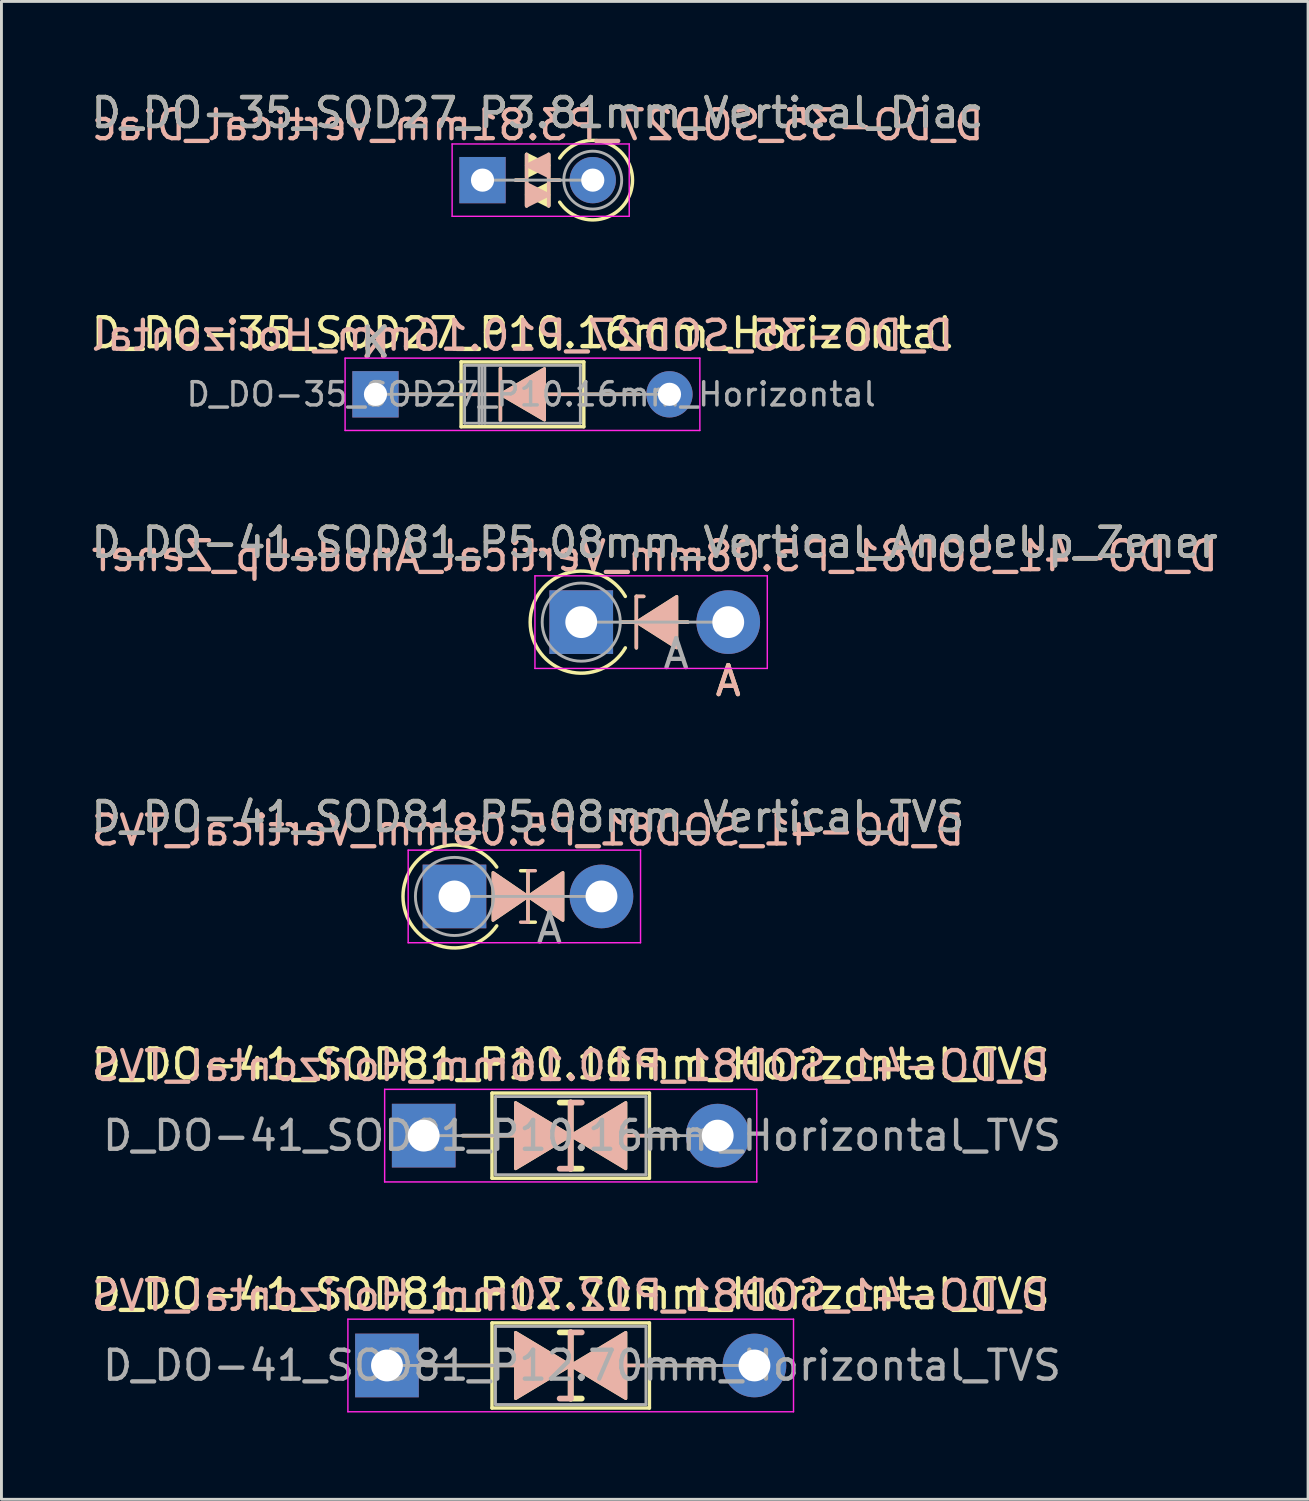
<source format=kicad_pcb>
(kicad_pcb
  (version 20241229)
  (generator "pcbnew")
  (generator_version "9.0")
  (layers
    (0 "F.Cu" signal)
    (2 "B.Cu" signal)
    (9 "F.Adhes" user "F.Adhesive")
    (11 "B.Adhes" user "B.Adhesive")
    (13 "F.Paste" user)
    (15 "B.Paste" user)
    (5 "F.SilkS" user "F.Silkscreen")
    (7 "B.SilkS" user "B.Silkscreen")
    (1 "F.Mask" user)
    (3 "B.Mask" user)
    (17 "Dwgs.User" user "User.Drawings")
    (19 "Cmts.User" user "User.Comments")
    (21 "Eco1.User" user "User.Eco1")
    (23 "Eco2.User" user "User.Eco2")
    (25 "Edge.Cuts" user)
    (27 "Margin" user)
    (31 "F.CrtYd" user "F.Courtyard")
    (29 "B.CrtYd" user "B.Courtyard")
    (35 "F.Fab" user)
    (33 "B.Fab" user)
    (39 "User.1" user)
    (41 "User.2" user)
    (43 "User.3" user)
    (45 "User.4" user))
  (footprint "D_DO-41_SOD81_P5.08mm_Vertical_TVS"
    (layer "F.Cu")
    (at 12.656 27.93)
    (property "Reference" "D_DO-41_SOD81_P5.08mm_Vertical_TVS" (at 2.54 -2.751 0) (layer "F.SilkS") (effects (font (size 1 1) (thickness 0.15))))
    (fp_line (start 2.286 -0.889) (end 2.54 -0.889) (stroke (width 0.12) (type solid)) (layer "F.SilkS"))
    (fp_line (start 2.54 -0.889) (end 2.54 0.889) (stroke (width 0.12) (type solid)) (layer "F.SilkS"))
    (fp_line (start 2.54 0.889) (end 2.794 0.889) (stroke (width 0.12) (type solid)) (layer "F.SilkS"))
    (fp_arc (start 1.4605 1.016) (mid -1.779134 0) (end 1.4605 -1.016) (stroke (width 0.12) (type solid)) (layer "F.SilkS"))
    (fp_poly (pts (xy 1.333 -0.826) (xy 2.54 0) (xy 1.333 0.826)) (stroke (width 0.1) (type solid)) (fill yes) (layer "F.SilkS"))
    (fp_poly (pts (xy 3.747 0.826) (xy 2.54 0) (xy 3.747 -0.826)) (stroke (width 0.1) (type solid)) (fill yes) (layer "F.SilkS"))
    (fp_line (start 2.286 0.889) (end 2.54 0.889) (stroke (width 0.12) (type solid)) (layer "B.SilkS"))
    (fp_line (start 2.54 -0.889) (end 2.794 -0.889) (stroke (width 0.12) (type solid)) (layer "B.SilkS"))
    (fp_line (start 2.54 0.889) (end 2.54 -0.889) (stroke (width 0.12) (type solid)) (layer "B.SilkS"))
    (fp_poly (pts (xy 1.333 0.826) (xy 2.54 0) (xy 1.333 -0.826)) (stroke (width 0.1) (type solid)) (fill yes) (layer "B.SilkS"))
    (fp_poly (pts (xy 3.747 -0.826) (xy 2.54 0) (xy 3.747 0.826)) (stroke (width 0.1) (type solid)) (fill yes) (layer "B.SilkS"))
    (fp_line (start -1.6 -1.6) (end -1.6 1.6) (stroke (width 0.05) (type solid)) (layer "F.CrtYd"))
    (fp_line (start -1.6 1.6) (end 6.43 1.6) (stroke (width 0.05) (type solid)) (layer "F.CrtYd"))
    (fp_line (start 6.43 -1.6) (end -1.6 -1.6) (stroke (width 0.05) (type solid)) (layer "F.CrtYd"))
    (fp_line (start 6.43 1.6) (end 6.43 -1.6) (stroke (width 0.05) (type solid)) (layer "F.CrtYd"))
    (fp_line (start 0 0) (end 5.08 0) (stroke (width 0.1) (type solid)) (layer "F.Fab"))
    (fp_circle (center 0 0) (end 1.35 0) (stroke (width 0.1) (type solid)) (fill no) (layer "F.Fab"))
    (fp_text user "${REFERENCE}" (at 2.54 -2.286 0) (layer "B.SilkS") (effects (font (size 1 1) (thickness 0.15)) (justify mirror)))
    (fp_text user "${REFERENCE}" (at 2.54 -2.751 0) (layer "F.Fab") (effects (font (size 1 1) (thickness 0.15))))
    (fp_text user "A" (at 3.28 1.1 0) (layer "F.Fab") (effects (font (size 1 1) (thickness 0.15))))
    (pad "1" thru_hole rect (at 0 0) (size 2.2 2.2) (drill 1.1) (layers "*.Cu" "*.Mask"))
    (pad "2" thru_hole oval (at 5.08 0) (size 2.2 2.2) (drill 1.1) (layers "*.Cu" "*.Mask")))
  (footprint "D_DO-41_SOD81_P12.70mm_Horizontal_TVS"
    (layer "F.Cu")
    (at 10.323 44.139)
    (property "Reference" "D_DO-41_SOD81_P12.70mm_Horizontal_TVS" (at 6.35 -2.47 0) (layer "F.SilkS") (effects (font (size 1 1) (thickness 0.15))))
    (fp_line (start 1.34 0) (end 3.63 0) (stroke (width 0.12) (type solid)) (layer "F.SilkS"))
    (fp_line (start 3.63 -1.47) (end 3.63 1.47) (stroke (width 0.12) (type solid)) (layer "F.SilkS"))
    (fp_line (start 3.63 0) (end 4.445 0) (stroke (width 0.12) (type solid)) (layer "F.SilkS"))
    (fp_line (start 3.63 1.47) (end 9.07 1.47) (stroke (width 0.12) (type solid)) (layer "F.SilkS"))
    (fp_line (start 6.35 -1.143) (end 5.969 -1.143) (stroke (width 0.2) (type solid)) (layer "F.SilkS"))
    (fp_line (start 6.35 1.143) (end 6.35 -1.143) (stroke (width 0.2) (type solid)) (layer "F.SilkS"))
    (fp_line (start 6.731 1.143) (end 6.35 1.143) (stroke (width 0.2) (type solid)) (layer "F.SilkS"))
    (fp_line (start 8.255 0) (end 9.07 0) (stroke (width 0.12) (type solid)) (layer "F.SilkS"))
    (fp_line (start 9.07 -1.47) (end 3.63 -1.47) (stroke (width 0.12) (type solid)) (layer "F.SilkS"))
    (fp_line (start 9.07 1.47) (end 9.07 -1.47) (stroke (width 0.12) (type solid)) (layer "F.SilkS"))
    (fp_line (start 11.36 0) (end 9.07 0) (stroke (width 0.12) (type solid)) (layer "F.SilkS"))
    (fp_poly (pts (xy 6.35 0) (xy 4.445 1.143) (xy 4.445 -1.143)) (stroke (width 0.1) (type solid)) (fill yes) (layer "F.SilkS"))
    (fp_poly (pts (xy 6.35 0) (xy 8.255 -1.143) (xy 8.255 1.143)) (stroke (width 0.1) (type solid)) (fill yes) (layer "F.SilkS"))
    (fp_line (start 1.34 0) (end 3.63 0) (stroke (width 0.12) (type solid)) (layer "B.SilkS"))
    (fp_line (start 3.63 0) (end 4.445 0) (stroke (width 0.12) (type solid)) (layer "B.SilkS"))
    (fp_line (start 6.35 -1.143) (end 6.35 1.143) (stroke (width 0.2) (type solid)) (layer "B.SilkS"))
    (fp_line (start 6.35 1.143) (end 5.969 1.143) (stroke (width 0.2) (type solid)) (layer "B.SilkS"))
    (fp_line (start 6.731 -1.143) (end 6.35 -1.143) (stroke (width 0.2) (type solid)) (layer "B.SilkS"))
    (fp_line (start 8.255 0) (end 9.07 0) (stroke (width 0.12) (type solid)) (layer "B.SilkS"))
    (fp_line (start 11.36 0) (end 9.07 0) (stroke (width 0.12) (type solid)) (layer "B.SilkS"))
    (fp_poly (pts (xy 6.35 0) (xy 4.445 -1.143) (xy 4.445 1.143)) (stroke (width 0.1) (type solid)) (fill yes) (layer "B.SilkS"))
    (fp_poly (pts (xy 6.35 0) (xy 8.255 1.143) (xy 8.255 -1.143)) (stroke (width 0.1) (type solid)) (fill yes) (layer "B.SilkS"))
    (fp_line (start -1.35 -1.6) (end -1.35 1.6) (stroke (width 0.05) (type solid)) (layer "F.CrtYd"))
    (fp_line (start -1.35 1.6) (end 14.05 1.6) (stroke (width 0.05) (type solid)) (layer "F.CrtYd"))
    (fp_line (start 14.05 -1.6) (end -1.35 -1.6) (stroke (width 0.05) (type solid)) (layer "F.CrtYd"))
    (fp_line (start 14.05 1.6) (end 14.05 -1.6) (stroke (width 0.05) (type solid)) (layer "F.CrtYd"))
    (fp_line (start 0 0) (end 3.75 0) (stroke (width 0.1) (type solid)) (layer "F.Fab"))
    (fp_line (start 3.75 -1.35) (end 3.75 1.35) (stroke (width 0.1) (type solid)) (layer "F.Fab"))
    (fp_line (start 3.75 1.35) (end 8.95 1.35) (stroke (width 0.1) (type solid)) (layer "F.Fab"))
    (fp_line (start 8.95 -1.35) (end 3.75 -1.35) (stroke (width 0.1) (type solid)) (layer "F.Fab"))
    (fp_line (start 8.95 1.35) (end 8.95 -1.35) (stroke (width 0.1) (type solid)) (layer "F.Fab"))
    (fp_line (start 12.7 0) (end 8.95 0) (stroke (width 0.1) (type solid)) (layer "F.Fab"))
    (fp_text user "${REFERENCE}" (at 6.35 -2.413 0) (layer "B.SilkS") (effects (font (size 1 1) (thickness 0.15)) (justify mirror)))
    (fp_text user "${REFERENCE}" (at 6.74 0 0) (layer "F.Fab") (effects (font (size 1 1) (thickness 0.15))))
    (pad "1" thru_hole rect (at 0 0) (size 2.2 2.2) (drill 1.1) (layers "*.Cu" "*.Mask"))
    (pad "2" thru_hole oval (at 12.7 0) (size 2.2 2.2) (drill 1.1) (layers "*.Cu" "*.Mask")))
  (footprint "D_DO-35_SOD27_P3.81mm_Vertical_Diac"
    (layer "F.Cu")
    (at 13.625 3.175)
    (property "Reference" "D_DO-35_SOD27_P3.81mm_Vertical_Diac" (at 1.905 -2.326 0) (layer "F.SilkS") (effects (font (size 1 1) (thickness 0.15))))
    (fp_line (start 1.143 0) (end 1.524 0) (stroke (width 0.12) (type solid)) (layer "F.SilkS"))
    (fp_line (start 1.524 -0.889) (end 1.524 0.889) (stroke (width 0.12) (type solid)) (layer "F.SilkS"))
    (fp_line (start 2.286 -0.889) (end 2.286 0.889) (stroke (width 0.12) (type solid)) (layer "F.SilkS"))
    (fp_line (start 2.667 0) (end 2.286 0) (stroke (width 0.12) (type solid)) (layer "F.SilkS"))
    (fp_arc (start 2.667 -0.761998) (mid 5.183713 0.000001) (end 2.667 0.762) (stroke (width 0.12) (type solid)) (layer "F.SilkS"))
    (fp_poly (pts (xy 2.286 -0.508) (xy 1.524 -0.127) (xy 1.524 -0.889)) (stroke (width 0.12) (type solid)) (fill yes) (layer "F.SilkS"))
    (fp_poly (pts (xy 2.286 0.889) (xy 1.524 0.508) (xy 2.286 0.127)) (stroke (width 0.12) (type solid)) (fill yes) (layer "F.SilkS"))
    (fp_line (start 1.143 0) (end 1.524 0) (stroke (width 0.12) (type solid)) (layer "B.SilkS"))
    (fp_line (start 1.524 0.889) (end 1.524 -0.889) (stroke (width 0.12) (type solid)) (layer "B.SilkS"))
    (fp_line (start 2.286 0.889) (end 2.286 -0.889) (stroke (width 0.12) (type solid)) (layer "B.SilkS"))
    (fp_line (start 2.667 0) (end 2.286 0) (stroke (width 0.12) (type solid)) (layer "B.SilkS"))
    (fp_poly (pts (xy 2.286 -0.889) (xy 1.524 -0.508) (xy 2.286 -0.127)) (stroke (width 0.12) (type solid)) (fill yes) (layer "B.SilkS"))
    (fp_poly (pts (xy 2.286 0.508) (xy 1.524 0.127) (xy 1.524 0.889)) (stroke (width 0.12) (type solid)) (fill yes) (layer "B.SilkS"))
    (fp_line (start -1.05 -1.25) (end -1.05 1.25) (stroke (width 0.05) (type solid)) (layer "F.CrtYd"))
    (fp_line (start -1.05 1.25) (end 5.07 1.25) (stroke (width 0.05) (type solid)) (layer "F.CrtYd"))
    (fp_line (start 5.07 -1.25) (end -1.05 -1.25) (stroke (width 0.05) (type solid)) (layer "F.CrtYd"))
    (fp_line (start 5.07 1.25) (end 5.07 -1.25) (stroke (width 0.05) (type solid)) (layer "F.CrtYd"))
    (fp_line (start 0 0) (end 3.81 0) (stroke (width 0.1) (type solid)) (layer "F.Fab"))
    (fp_circle (center 3.81 0) (end 4.81 0) (stroke (width 0.1) (type solid)) (fill no) (layer "F.Fab"))
    (fp_text user "${REFERENCE}" (at 1.905 -1.905 0) (layer "B.SilkS") (effects (font (size 1 1) (thickness 0.15)) (justify mirror)))
    (fp_text user "${REFERENCE}" (at 1.905 -2.326 0) (layer "F.Fab") (effects (font (size 1 1) (thickness 0.15))))
    (pad "1" thru_hole rect (at 0 0) (size 1.6 1.6) (drill 0.8) (layers "*.Cu" "*.Mask"))
    (pad "2" thru_hole oval (at 3.81 0) (size 1.6 1.6) (drill 0.8) (layers "*.Cu" "*.Mask")))
  (footprint "D_DO-41_SOD81_P10.16mm_Horizontal_TVS"
    (layer "F.Cu")
    (at 11.593 36.196)
    (property "Reference" "D_DO-41_SOD81_P10.16mm_Horizontal_TVS" (at 5.08 -2.47 0) (layer "F.SilkS") (effects (font (size 1 1) (thickness 0.15))))
    (fp_line (start 1.34 0) (end 2.36 0) (stroke (width 0.12) (type solid)) (layer "F.SilkS"))
    (fp_line (start 2.36 -1.47) (end 2.36 1.47) (stroke (width 0.12) (type solid)) (layer "F.SilkS"))
    (fp_line (start 2.36 0) (end 3.175 0) (stroke (width 0.12) (type solid)) (layer "F.SilkS"))
    (fp_line (start 2.36 1.47) (end 7.8 1.47) (stroke (width 0.12) (type solid)) (layer "F.SilkS"))
    (fp_line (start 5.08 -1.143) (end 4.699 -1.143) (stroke (width 0.2) (type solid)) (layer "F.SilkS"))
    (fp_line (start 5.08 1.143) (end 5.08 -1.143) (stroke (width 0.2) (type solid)) (layer "F.SilkS"))
    (fp_line (start 5.461 1.143) (end 5.08 1.143) (stroke (width 0.2) (type solid)) (layer "F.SilkS"))
    (fp_line (start 6.985 0) (end 7.8 0) (stroke (width 0.12) (type solid)) (layer "F.SilkS"))
    (fp_line (start 7.8 -1.47) (end 2.36 -1.47) (stroke (width 0.12) (type solid)) (layer "F.SilkS"))
    (fp_line (start 7.8 1.47) (end 7.8 -1.47) (stroke (width 0.12) (type solid)) (layer "F.SilkS"))
    (fp_line (start 8.82 0) (end 7.8 0) (stroke (width 0.12) (type solid)) (layer "F.SilkS"))
    (fp_poly (pts (xy 5.08 0) (xy 3.175 1.143) (xy 3.175 -1.143)) (stroke (width 0.1) (type solid)) (fill yes) (layer "F.SilkS"))
    (fp_poly (pts (xy 5.08 0) (xy 6.985 -1.143) (xy 6.985 1.143)) (stroke (width 0.1) (type solid)) (fill yes) (layer "F.SilkS"))
    (fp_line (start 1.34 0) (end 2.36 0) (stroke (width 0.12) (type solid)) (layer "B.SilkS"))
    (fp_line (start 2.36 0) (end 3.175 0) (stroke (width 0.12) (type solid)) (layer "B.SilkS"))
    (fp_line (start 5.08 -1.143) (end 5.08 1.143) (stroke (width 0.2) (type solid)) (layer "B.SilkS"))
    (fp_line (start 5.08 1.143) (end 4.699 1.143) (stroke (width 0.2) (type solid)) (layer "B.SilkS"))
    (fp_line (start 5.461 -1.143) (end 5.08 -1.143) (stroke (width 0.2) (type solid)) (layer "B.SilkS"))
    (fp_line (start 6.985 0) (end 7.8 0) (stroke (width 0.12) (type solid)) (layer "B.SilkS"))
    (fp_line (start 8.82 0) (end 7.8 0) (stroke (width 0.12) (type solid)) (layer "B.SilkS"))
    (fp_poly (pts (xy 5.08 0) (xy 3.175 -1.143) (xy 3.175 1.143)) (stroke (width 0.1) (type solid)) (fill yes) (layer "B.SilkS"))
    (fp_poly (pts (xy 5.08 0) (xy 6.985 1.143) (xy 6.985 -1.143)) (stroke (width 0.1) (type solid)) (fill yes) (layer "B.SilkS"))
    (fp_line (start -1.35 -1.6) (end -1.35 1.6) (stroke (width 0.05) (type solid)) (layer "F.CrtYd"))
    (fp_line (start -1.35 1.6) (end 11.51 1.6) (stroke (width 0.05) (type solid)) (layer "F.CrtYd"))
    (fp_line (start 11.51 -1.6) (end -1.35 -1.6) (stroke (width 0.05) (type solid)) (layer "F.CrtYd"))
    (fp_line (start 11.51 1.6) (end 11.51 -1.6) (stroke (width 0.05) (type solid)) (layer "F.CrtYd"))
    (fp_line (start 0 0) (end 2.48 0) (stroke (width 0.1) (type solid)) (layer "F.Fab"))
    (fp_line (start 2.48 -1.35) (end 2.48 1.35) (stroke (width 0.1) (type solid)) (layer "F.Fab"))
    (fp_line (start 2.48 1.35) (end 7.68 1.35) (stroke (width 0.1) (type solid)) (layer "F.Fab"))
    (fp_line (start 7.68 -1.35) (end 2.48 -1.35) (stroke (width 0.1) (type solid)) (layer "F.Fab"))
    (fp_line (start 7.68 1.35) (end 7.68 -1.35) (stroke (width 0.1) (type solid)) (layer "F.Fab"))
    (fp_line (start 10.16 0) (end 7.68 0) (stroke (width 0.1) (type solid)) (layer "F.Fab"))
    (fp_text user "${REFERENCE}" (at 5.08 -2.413 0) (layer "B.SilkS") (effects (font (size 1 1) (thickness 0.15)) (justify mirror)))
    (fp_text user "${REFERENCE}" (at 5.47 0 0) (layer "F.Fab") (effects (font (size 1 1) (thickness 0.15))))
    (pad "1" thru_hole rect (at 0 0) (size 2.2 2.2) (drill 1.1) (layers "*.Cu" "*.Mask"))
    (pad "2" thru_hole oval (at 10.16 0) (size 2.2 2.2) (drill 1.1) (layers "*.Cu" "*.Mask")))
  (footprint "D_DO-35_SOD27_P10.16mm_Horizontal"
    (layer "F.Cu")
    (at 9.926 10.577)
    (property "Reference" "D_DO-35_SOD27_P10.16mm_Horizontal" (at 5.08 -2.12 0) (layer "F.SilkS") (effects (font (size 1 1) (thickness 0.15))))
    (fp_line (start 1.04 0) (end 2.96 0) (stroke (width 0.12) (type solid)) (layer "F.SilkS"))
    (fp_line (start 2.921 0) (end 4.318 0) (stroke (width 0.12) (type solid)) (layer "F.SilkS"))
    (fp_line (start 2.96 -1.12) (end 2.96 1.12) (stroke (width 0.12) (type solid)) (layer "F.SilkS"))
    (fp_line (start 2.96 1.12) (end 7.2 1.12) (stroke (width 0.12) (type solid)) (layer "F.SilkS"))
    (fp_line (start 4.318 -0.889) (end 4.318 0.889) (stroke (width 0.12) (type solid)) (layer "F.SilkS"))
    (fp_line (start 7.2 -1.12) (end 2.96 -1.12) (stroke (width 0.12) (type solid)) (layer "F.SilkS"))
    (fp_line (start 7.2 0) (end 5.905 0) (stroke (width 0.12) (type solid)) (layer "F.SilkS"))
    (fp_line (start 7.2 1.12) (end 7.2 -1.12) (stroke (width 0.12) (type solid)) (layer "F.SilkS"))
    (fp_line (start 9.12 0) (end 7.2 0) (stroke (width 0.12) (type solid)) (layer "F.SilkS"))
    (fp_poly (pts (xy 5.842 0.889) (xy 4.318 0) (xy 5.842 -0.889)) (stroke (width 0.1) (type solid)) (fill yes) (layer "F.SilkS"))
    (fp_line (start 1.04 0) (end 2.96 0) (stroke (width 0.12) (type solid)) (layer "B.SilkS"))
    (fp_line (start 2.921 0) (end 4.318 0) (stroke (width 0.12) (type solid)) (layer "B.SilkS"))
    (fp_line (start 4.318 0.889) (end 4.318 -0.889) (stroke (width 0.12) (type solid)) (layer "B.SilkS"))
    (fp_line (start 7.2 0) (end 5.905 0) (stroke (width 0.12) (type solid)) (layer "B.SilkS"))
    (fp_line (start 9.12 0) (end 7.2 0) (stroke (width 0.12) (type solid)) (layer "B.SilkS"))
    (fp_poly (pts (xy 5.842 -0.889) (xy 4.318 0) (xy 5.842 0.889)) (stroke (width 0.1) (type solid)) (fill yes) (layer "B.SilkS"))
    (fp_line (start -1.05 -1.25) (end -1.05 1.25) (stroke (width 0.05) (type solid)) (layer "F.CrtYd"))
    (fp_line (start -1.05 1.25) (end 11.21 1.25) (stroke (width 0.05) (type solid)) (layer "F.CrtYd"))
    (fp_line (start 11.21 -1.25) (end -1.05 -1.25) (stroke (width 0.05) (type solid)) (layer "F.CrtYd"))
    (fp_line (start 11.21 1.25) (end 11.21 -1.25) (stroke (width 0.05) (type solid)) (layer "F.CrtYd"))
    (fp_line (start 0 0) (end 3.08 0) (stroke (width 0.1) (type solid)) (layer "F.Fab"))
    (fp_line (start 3.08 -1) (end 3.08 1) (stroke (width 0.1) (type solid)) (layer "F.Fab"))
    (fp_line (start 3.08 1) (end 7.08 1) (stroke (width 0.1) (type solid)) (layer "F.Fab"))
    (fp_line (start 3.58 -1) (end 3.58 1) (stroke (width 0.1) (type solid)) (layer "F.Fab"))
    (fp_line (start 3.68 -1) (end 3.68 1) (stroke (width 0.1) (type solid)) (layer "F.Fab"))
    (fp_line (start 3.78 -1) (end 3.78 1) (stroke (width 0.1) (type solid)) (layer "F.Fab"))
    (fp_line (start 7.08 -1) (end 3.08 -1) (stroke (width 0.1) (type solid)) (layer "F.Fab"))
    (fp_line (start 7.08 1) (end 7.08 -1) (stroke (width 0.1) (type solid)) (layer "F.Fab"))
    (fp_line (start 10.16 0) (end 7.08 0) (stroke (width 0.1) (type solid)) (layer "F.Fab"))
    (fp_text user "K" (at 0 -1.8 0) (layer "F.SilkS") (effects (font (size 1 1) (thickness 0.15))))
    (fp_text user "${REFERENCE}" (at 5.08 -2.032 0) (layer "B.SilkS") (effects (font (size 1 1) (thickness 0.15)) (justify mirror)))
    (fp_text user "K" (at 0 -1.778 0) (layer "B.SilkS") (effects (font (size 1 1) (thickness 0.15)) (justify mirror)))
    (fp_text user "${REFERENCE}" (at 5.38 0 0) (layer "F.Fab") (effects (font (size 0.8 0.8) (thickness 0.12))))
    (fp_text user "K" (at 0 -1.8 0) (layer "F.Fab") (effects (font (size 1 1) (thickness 0.15))))
    (pad "1" thru_hole rect (at 0 0) (size 1.6 1.6) (drill 0.8) (layers "*.Cu" "*.Mask"))
    (pad "2" thru_hole oval (at 10.16 0) (size 1.6 1.6) (drill 0.8) (layers "*.Cu" "*.Mask")))
  (footprint "D_DO-41_SOD81_P5.08mm_Vertical_AnodeUp_Zener"
    (layer "F.Cu")
    (at 17.037 18.45)
    (property "Reference" "D_DO-41_SOD81_P5.08mm_Vertical_AnodeUp_Zener" (at 2.54 -2.751 0) (layer "F.SilkS") (effects (font (size 1 1) (thickness 0.15))))
    (fp_line (start 1.905 -0.889) (end 1.905 0.889) (stroke (width 0.12) (type solid)) (layer "F.SilkS"))
    (fp_line (start 1.905 -0.889) (end 2.159 -0.889) (stroke (width 0.12) (type solid)) (layer "F.SilkS"))
    (fp_line (start 3.683 0) (end 1.397 0) (stroke (width 0.12) (type solid)) (layer "F.SilkS"))
    (fp_arc (start 1.523999 0.889) (mid -1.76434 0) (end 1.523999 -0.888999) (stroke (width 0.12) (type solid)) (layer "F.SilkS"))
    (fp_poly (pts (xy 3.302 0.889) (xy 1.905 0) (xy 3.302 -0.889)) (stroke (width 0.1) (type solid)) (fill yes) (layer "F.SilkS"))
    (fp_line (start 1.905 -0.889) (end 2.159 -0.889) (stroke (width 0.12) (type solid)) (layer "B.SilkS"))
    (fp_line (start 1.905 0.889) (end 1.905 -0.889) (stroke (width 0.12) (type solid)) (layer "B.SilkS"))
    (fp_line (start 3.683 0) (end 1.397 0) (stroke (width 0.12) (type solid)) (layer "B.SilkS"))
    (fp_poly (pts (xy 3.302 -0.889) (xy 1.905 0) (xy 3.302 0.889)) (stroke (width 0.1) (type solid)) (fill yes) (layer "B.SilkS"))
    (fp_line (start -1.6 -1.6) (end -1.6 1.6) (stroke (width 0.05) (type solid)) (layer "F.CrtYd"))
    (fp_line (start -1.6 1.6) (end 6.43 1.6) (stroke (width 0.05) (type solid)) (layer "F.CrtYd"))
    (fp_line (start 6.43 -1.6) (end -1.6 -1.6) (stroke (width 0.05) (type solid)) (layer "F.CrtYd"))
    (fp_line (start 6.43 1.6) (end 6.43 -1.6) (stroke (width 0.05) (type solid)) (layer "F.CrtYd"))
    (fp_line (start 0 0) (end 5.08 0) (stroke (width 0.1) (type solid)) (layer "F.Fab"))
    (fp_circle (center 0 0) (end 1.35 0) (stroke (width 0.1) (type solid)) (fill no) (layer "F.Fab"))
    (fp_text user "A" (at 5.08 2.032 0) (layer "F.SilkS") (effects (font (size 1 1) (thickness 0.15))))
    (fp_text user "A" (at 5.08 2.032 0) (layer "B.SilkS") (effects (font (size 1 1) (thickness 0.15)) (justify mirror)))
    (fp_text user "${REFERENCE}" (at 2.54 -2.286 0) (layer "B.SilkS") (effects (font (size 1 1) (thickness 0.15)) (justify mirror)))
    (fp_text user "${REFERENCE}" (at 2.54 -2.751 0) (layer "F.Fab") (effects (font (size 1 1) (thickness 0.15))))
    (fp_text user "A" (at 3.28 1.1 0) (layer "F.Fab") (effects (font (size 1 1) (thickness 0.15))))
    (pad "1" thru_hole rect (at 0 0) (size 2.2 2.2) (drill 1.1) (layers "*.Cu" "*.Mask"))
    (pad "2" thru_hole oval (at 5.08 0) (size 2.2 2.2) (drill 1.1) (layers "*.Cu" "*.Mask")))
  (gr_rect
    (start -3 -3)
    (end 42.155 48.764)
    (stroke (width 0.1) (type default))
    (fill no)
    (layer "Edge.Cuts")))
</source>
